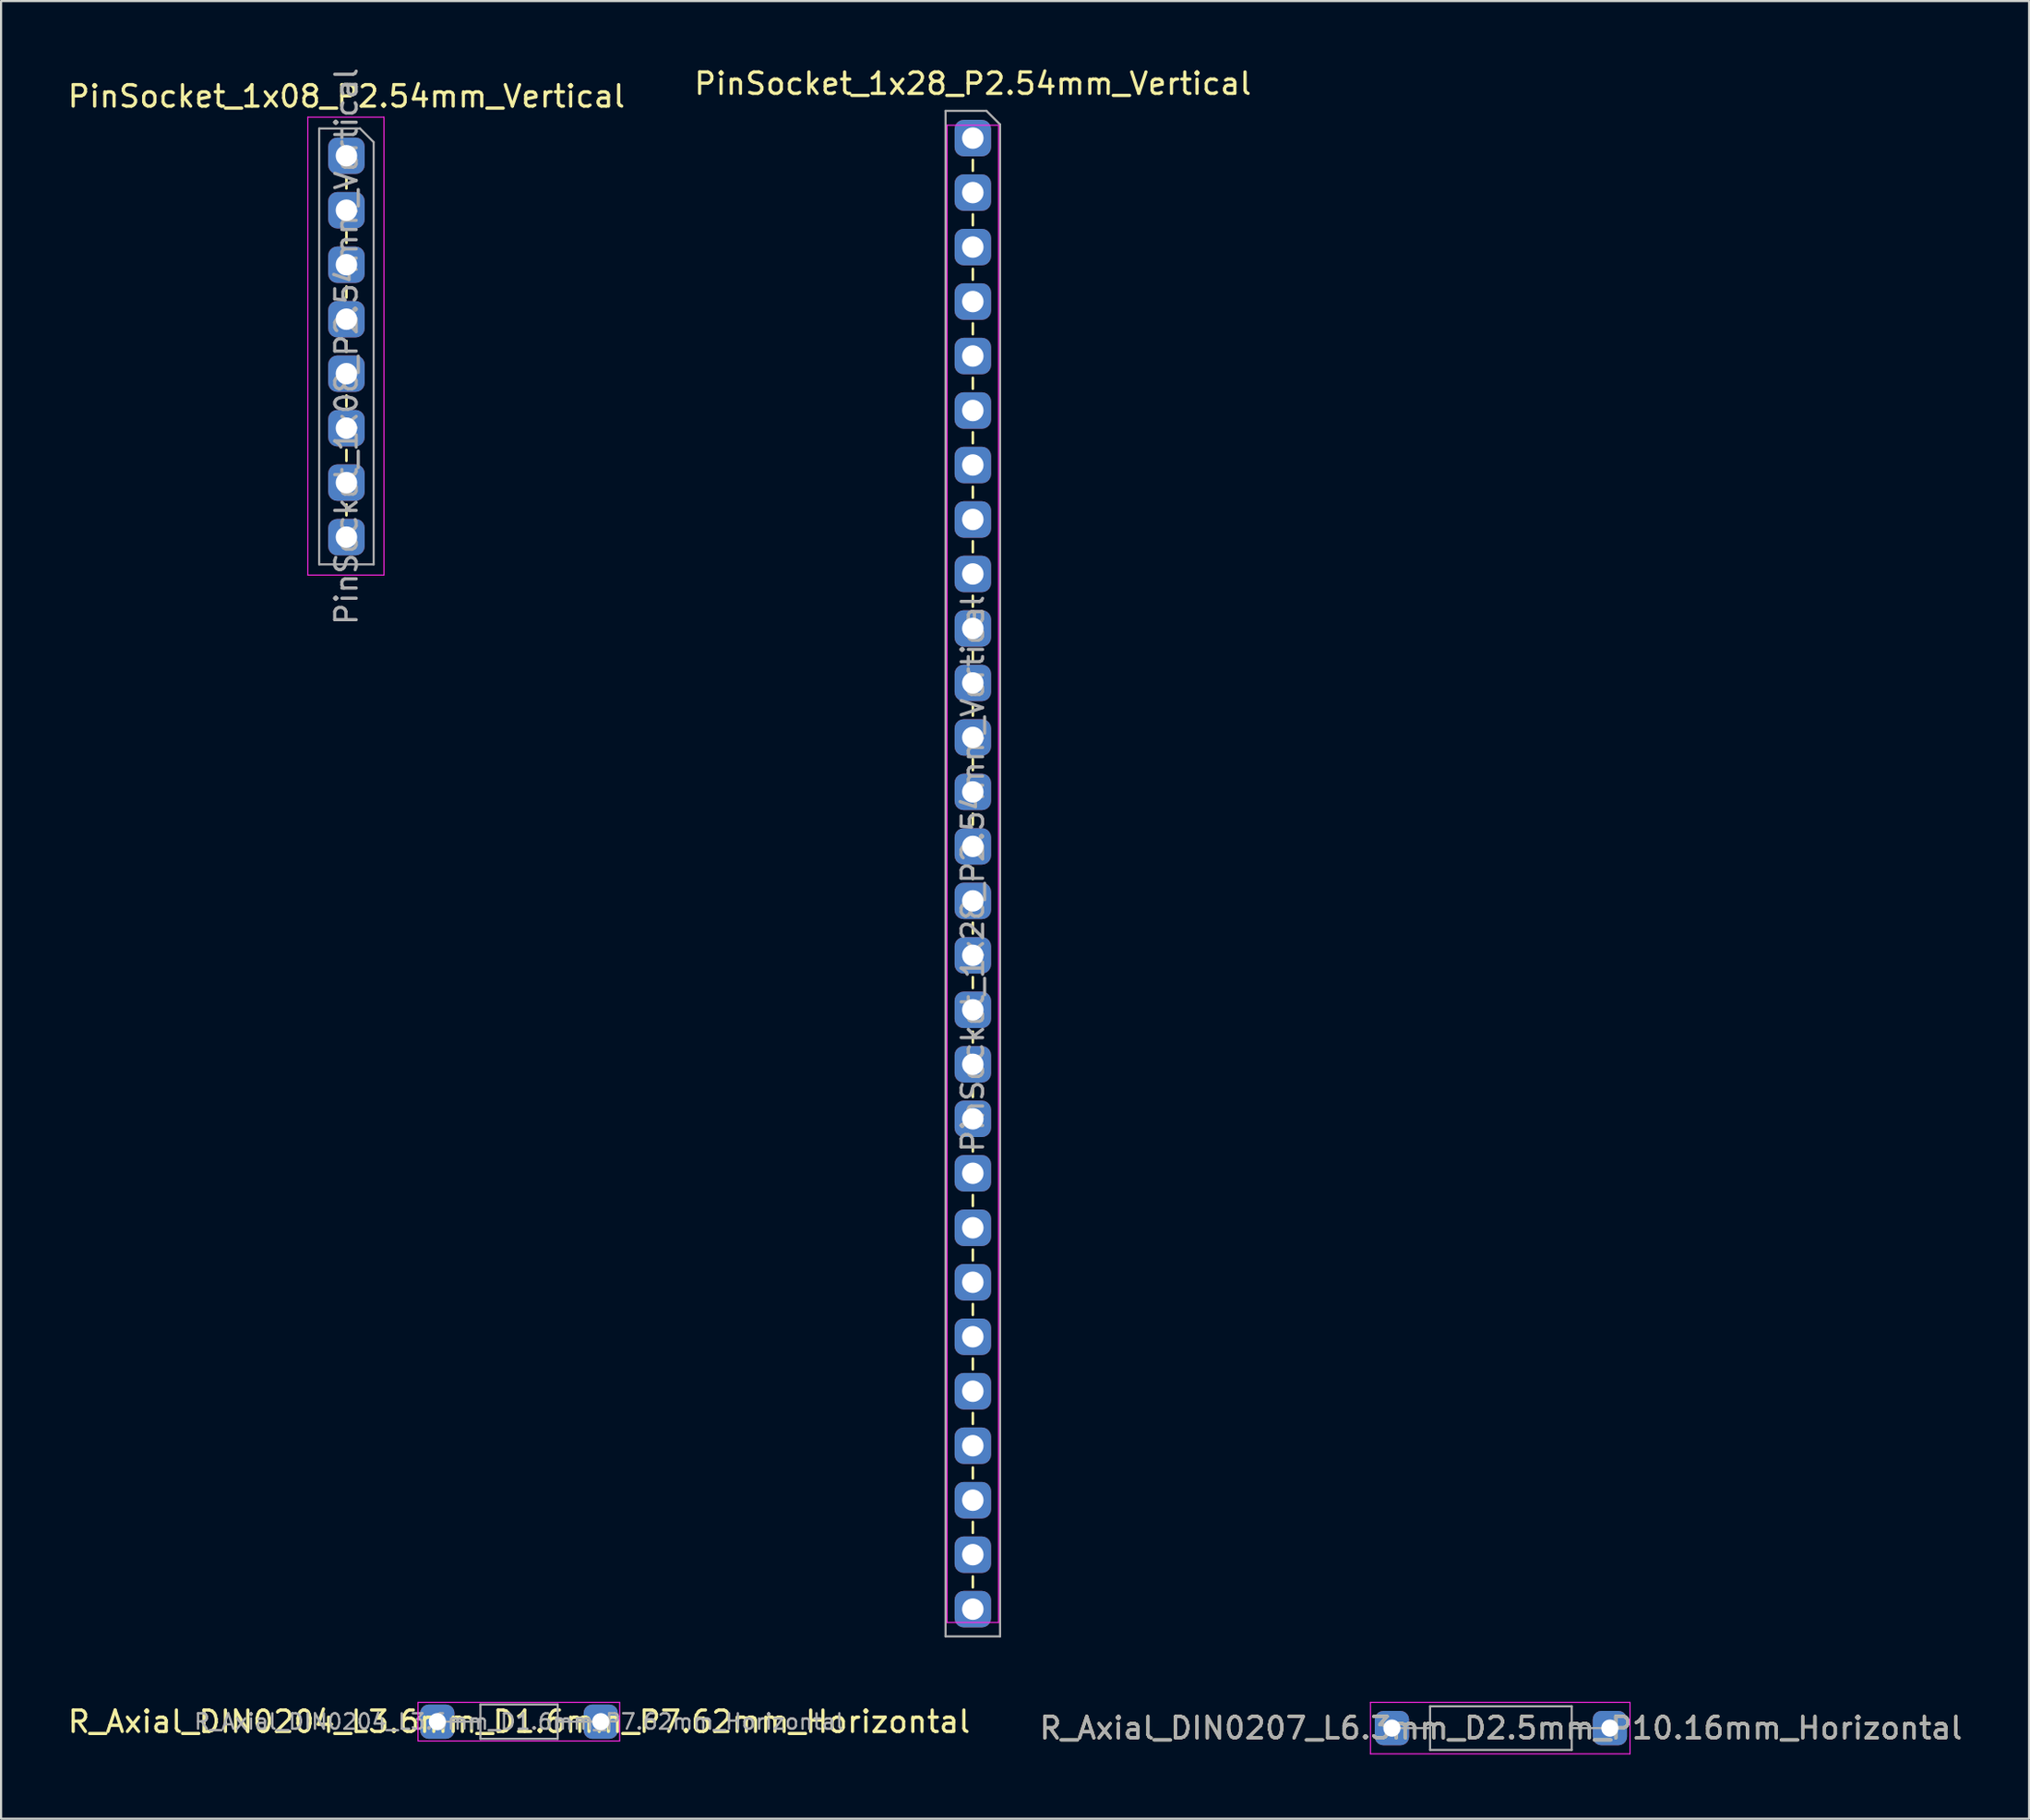
<source format=kicad_pcb>
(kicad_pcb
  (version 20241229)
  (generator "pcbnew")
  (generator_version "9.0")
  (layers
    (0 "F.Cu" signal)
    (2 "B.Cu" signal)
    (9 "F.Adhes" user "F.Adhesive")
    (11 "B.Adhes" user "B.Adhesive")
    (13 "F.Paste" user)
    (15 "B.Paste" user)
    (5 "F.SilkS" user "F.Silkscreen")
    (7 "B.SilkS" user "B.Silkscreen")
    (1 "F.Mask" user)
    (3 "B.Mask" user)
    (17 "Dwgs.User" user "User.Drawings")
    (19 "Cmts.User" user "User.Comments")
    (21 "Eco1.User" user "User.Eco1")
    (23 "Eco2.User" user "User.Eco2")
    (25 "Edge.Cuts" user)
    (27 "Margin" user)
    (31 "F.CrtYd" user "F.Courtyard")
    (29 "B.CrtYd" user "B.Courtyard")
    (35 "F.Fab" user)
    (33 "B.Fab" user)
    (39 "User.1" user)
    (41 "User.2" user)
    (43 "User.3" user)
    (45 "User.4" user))
  (footprint "R_Axial_DIN0207_L6.3mm_D2.5mm_P10.16mm_Horizontal"
    (layer "F.Cu")
    (at 61.843 77.513)
    (property "Reference" "R_Axial_DIN0207_L6.3mm_D2.5mm_P10.16mm_Horizontal" (at 5.08 0 0) (layer "F.SilkS") (effects (font (size 1 1) (thickness 0.15))))
    (attr through_hole)
    (fp_line (start -1 -1.2) (end -1 1.2) (stroke (width 0.05) (type solid)) (layer "F.CrtYd"))
    (fp_line (start -1 1.2) (end 11.1 1.2) (stroke (width 0.05) (type solid)) (layer "F.CrtYd"))
    (fp_line (start 11.1 -1.2) (end -1 -1.2) (stroke (width 0.05) (type solid)) (layer "F.CrtYd"))
    (fp_line (start 11.1 1.2) (end 11.1 -1.2) (stroke (width 0.05) (type solid)) (layer "F.CrtYd"))
    (fp_line (start 0 0) (end 1.778 0) (stroke (width 0.1) (type solid)) (layer "F.Fab"))
    (fp_line (start 1.778 -1.016) (end 1.778 1.016) (stroke (width 0.1) (type solid)) (layer "F.Fab"))
    (fp_line (start 1.778 1.016) (end 8.382 1.016) (stroke (width 0.1) (type solid)) (layer "F.Fab"))
    (fp_line (start 8.382 -1.016) (end 1.778 -1.016) (stroke (width 0.1) (type solid)) (layer "F.Fab"))
    (fp_line (start 8.382 1.016) (end 8.382 -1.016) (stroke (width 0.1) (type solid)) (layer "F.Fab"))
    (fp_line (start 10.16 0) (end 8.382 0) (stroke (width 0.1) (type solid)) (layer "F.Fab"))
    (fp_text user "${REFERENCE}" (at 5.08 0 180) (layer "F.Fab") (effects (font (size 1 1) (thickness 0.15))))
    (pad "1" thru_hole roundrect (at 0 0) (size 1.6 1.6) (drill 0.8) (layers "*.Cu" "*.Mask") (roundrect_rratio 0.25))
    (pad "2" thru_hole roundrect (at 10.16 0) (size 1.6 1.6) (drill 0.8) (layers "*.Cu" "*.Mask") (roundrect_rratio 0.25)))
  (footprint "PinSocket_1x28_P2.54mm_Vertical"
    (layer "F.Cu")
    (at 42.304 3.388)
    (property "Reference" "PinSocket_1x28_P2.54mm_Vertical" (at 0 -2.54 180) (layer "F.SilkS") (effects (font (size 1 1) (thickness 0.15))))
    (attr through_hole)
    (fp_line (start 0 1.016) (end 0 1.524) (stroke (width 0.12) (type solid)) (layer "F.SilkS"))
    (fp_line (start 0 3.556) (end 0 4.064) (stroke (width 0.12) (type solid)) (layer "F.SilkS"))
    (fp_line (start 0 6.096) (end 0 6.604) (stroke (width 0.12) (type solid)) (layer "F.SilkS"))
    (fp_line (start 0 8.636) (end 0 9.144) (stroke (width 0.12) (type solid)) (layer "F.SilkS"))
    (fp_line (start 0 11.176) (end 0 11.684) (stroke (width 0.12) (type solid)) (layer "F.SilkS"))
    (fp_line (start 0 13.716) (end 0 14.224) (stroke (width 0.12) (type solid)) (layer "F.SilkS"))
    (fp_line (start 0 16.256) (end 0 16.764) (stroke (width 0.12) (type solid)) (layer "F.SilkS"))
    (fp_line (start 0 18.796) (end 0 19.304) (stroke (width 0.12) (type solid)) (layer "F.SilkS"))
    (fp_line (start 0 21.336) (end 0 21.844) (stroke (width 0.12) (type solid)) (layer "F.SilkS"))
    (fp_line (start 0 23.876) (end 0 24.384) (stroke (width 0.12) (type solid)) (layer "F.SilkS"))
    (fp_line (start 0 26.416) (end 0 26.924) (stroke (width 0.12) (type solid)) (layer "F.SilkS"))
    (fp_line (start 0 28.956) (end 0 29.464) (stroke (width 0.12) (type solid)) (layer "F.SilkS"))
    (fp_line (start 0 31.496) (end 0 32.004) (stroke (width 0.12) (type solid)) (layer "F.SilkS"))
    (fp_line (start 0 34.036) (end 0 34.544) (stroke (width 0.12) (type solid)) (layer "F.SilkS"))
    (fp_line (start 0 36.576) (end 0 37.084) (stroke (width 0.12) (type solid)) (layer "F.SilkS"))
    (fp_line (start 0 39.116) (end 0 39.624) (stroke (width 0.12) (type solid)) (layer "F.SilkS"))
    (fp_line (start 0 41.656) (end 0 42.164) (stroke (width 0.12) (type solid)) (layer "F.SilkS"))
    (fp_line (start 0 44.196) (end 0 44.704) (stroke (width 0.12) (type solid)) (layer "F.SilkS"))
    (fp_line (start 0 46.736) (end 0 47.244) (stroke (width 0.12) (type solid)) (layer "F.SilkS"))
    (fp_line (start 0 49.276) (end 0 49.784) (stroke (width 0.12) (type solid)) (layer "F.SilkS"))
    (fp_line (start 0 51.816) (end 0 52.324) (stroke (width 0.12) (type solid)) (layer "F.SilkS"))
    (fp_line (start 0 54.356) (end 0 54.864) (stroke (width 0.12) (type solid)) (layer "F.SilkS"))
    (fp_line (start 0 56.896) (end 0 57.404) (stroke (width 0.12) (type solid)) (layer "F.SilkS"))
    (fp_line (start 0 59.436) (end 0 59.944) (stroke (width 0.12) (type solid)) (layer "F.SilkS"))
    (fp_line (start 0 61.976) (end 0 62.484) (stroke (width 0.12) (type solid)) (layer "F.SilkS"))
    (fp_line (start 0 64.516) (end 0 65.024) (stroke (width 0.12) (type solid)) (layer "F.SilkS"))
    (fp_line (start 0 67.056) (end 0 67.564) (stroke (width 0.12) (type solid)) (layer "F.SilkS"))
    (fp_line (start -1.2 -0.6) (end 1.2 -0.6) (stroke (width 0.05) (type solid)) (layer "F.CrtYd"))
    (fp_line (start -1.2 69.2) (end -1.2 -0.6) (stroke (width 0.05) (type solid)) (layer "F.CrtYd"))
    (fp_line (start 1.2 -0.6) (end 1.2 69.2) (stroke (width 0.05) (type solid)) (layer "F.CrtYd"))
    (fp_line (start 1.2 69.2) (end -1.2 69.2) (stroke (width 0.05) (type solid)) (layer "F.CrtYd"))
    (fp_line (start -1.27 -1.27) (end 0.635 -1.27) (stroke (width 0.1) (type solid)) (layer "F.Fab"))
    (fp_line (start -1.27 69.85) (end -1.27 -1.27) (stroke (width 0.1) (type solid)) (layer "F.Fab"))
    (fp_line (start 0.635 -1.27) (end 1.27 -0.635) (stroke (width 0.1) (type solid)) (layer "F.Fab"))
    (fp_line (start 1.27 -0.635) (end 1.27 69.85) (stroke (width 0.1) (type solid)) (layer "F.Fab"))
    (fp_line (start 1.27 69.85) (end -1.27 69.85) (stroke (width 0.1) (type solid)) (layer "F.Fab"))
    (fp_text user "${REFERENCE}" (at 0 34.29 270) (layer "F.Fab") (effects (font (size 1 1) (thickness 0.15))))
    (pad "1" thru_hole roundrect (at 0 0) (size 1.7 1.7) (drill 1) (layers "*.Cu" "*.Mask") (roundrect_rratio 0.25))
    (pad "2" thru_hole roundrect (at 0 2.54) (size 1.7 1.7) (drill 1) (layers "*.Cu" "*.Mask") (roundrect_rratio 0.25))
    (pad "3" thru_hole roundrect (at 0 5.08) (size 1.7 1.7) (drill 1) (layers "*.Cu" "*.Mask") (roundrect_rratio 0.25))
    (pad "4" thru_hole roundrect (at 0 7.62) (size 1.7 1.7) (drill 1) (layers "*.Cu" "*.Mask") (roundrect_rratio 0.25))
    (pad "5" thru_hole roundrect (at 0 10.16) (size 1.7 1.7) (drill 1) (layers "*.Cu" "*.Mask") (roundrect_rratio 0.25))
    (pad "6" thru_hole roundrect (at 0 12.7) (size 1.7 1.7) (drill 1) (layers "*.Cu" "*.Mask") (roundrect_rratio 0.25))
    (pad "7" thru_hole roundrect (at 0 15.24) (size 1.7 1.7) (drill 1) (layers "*.Cu" "*.Mask") (roundrect_rratio 0.25))
    (pad "8" thru_hole roundrect (at 0 17.78) (size 1.7 1.7) (drill 1) (layers "*.Cu" "*.Mask") (roundrect_rratio 0.25))
    (pad "9" thru_hole roundrect (at 0 20.32) (size 1.7 1.7) (drill 1) (layers "*.Cu" "*.Mask") (roundrect_rratio 0.25))
    (pad "10" thru_hole roundrect (at 0 22.86) (size 1.7 1.7) (drill 1) (layers "*.Cu" "*.Mask") (roundrect_rratio 0.25))
    (pad "11" thru_hole roundrect (at 0 25.4) (size 1.7 1.7) (drill 1) (layers "*.Cu" "*.Mask") (roundrect_rratio 0.25))
    (pad "12" thru_hole roundrect (at 0 27.94) (size 1.7 1.7) (drill 1) (layers "*.Cu" "*.Mask") (roundrect_rratio 0.25))
    (pad "13" thru_hole roundrect (at 0 30.48) (size 1.7 1.7) (drill 1) (layers "*.Cu" "*.Mask") (roundrect_rratio 0.25))
    (pad "14" thru_hole roundrect (at 0 33.02) (size 1.7 1.7) (drill 1) (layers "*.Cu" "*.Mask") (roundrect_rratio 0.25))
    (pad "15" thru_hole roundrect (at 0 35.56) (size 1.7 1.7) (drill 1) (layers "*.Cu" "*.Mask") (roundrect_rratio 0.25))
    (pad "16" thru_hole roundrect (at 0 38.1) (size 1.7 1.7) (drill 1) (layers "*.Cu" "*.Mask") (roundrect_rratio 0.25))
    (pad "17" thru_hole roundrect (at 0 40.64) (size 1.7 1.7) (drill 1) (layers "*.Cu" "*.Mask") (roundrect_rratio 0.25))
    (pad "18" thru_hole roundrect (at 0 43.18) (size 1.7 1.7) (drill 1) (layers "*.Cu" "*.Mask") (roundrect_rratio 0.25))
    (pad "19" thru_hole roundrect (at 0 45.72) (size 1.7 1.7) (drill 1) (layers "*.Cu" "*.Mask") (roundrect_rratio 0.25))
    (pad "20" thru_hole roundrect (at 0 48.26) (size 1.7 1.7) (drill 1) (layers "*.Cu" "*.Mask") (roundrect_rratio 0.25))
    (pad "21" thru_hole roundrect (at 0 50.8) (size 1.7 1.7) (drill 1) (layers "*.Cu" "*.Mask") (roundrect_rratio 0.25))
    (pad "22" thru_hole roundrect (at 0 53.34) (size 1.7 1.7) (drill 1) (layers "*.Cu" "*.Mask") (roundrect_rratio 0.25))
    (pad "23" thru_hole roundrect (at 0 55.88) (size 1.7 1.7) (drill 1) (layers "*.Cu" "*.Mask") (roundrect_rratio 0.25))
    (pad "24" thru_hole roundrect (at 0 58.42) (size 1.7 1.7) (drill 1) (layers "*.Cu" "*.Mask") (roundrect_rratio 0.25))
    (pad "25" thru_hole roundrect (at 0 60.96) (size 1.7 1.7) (drill 1) (layers "*.Cu" "*.Mask") (roundrect_rratio 0.25))
    (pad "26" thru_hole roundrect (at 0 63.5) (size 1.7 1.7) (drill 1) (layers "*.Cu" "*.Mask") (roundrect_rratio 0.25))
    (pad "27" thru_hole roundrect (at 0 66.04) (size 1.7 1.7) (drill 1) (layers "*.Cu" "*.Mask") (roundrect_rratio 0.25))
    (pad "28" thru_hole roundrect (at 0 68.58) (size 1.7 1.7) (drill 1) (layers "*.Cu" "*.Mask") (roundrect_rratio 0.25)))
  (footprint "PinSocket_1x08_P2.54mm_Vertical"
    (layer "F.Cu")
    (at 13.101 4.211)
    (property "Reference" "PinSocket_1x08_P2.54mm_Vertical" (at 0 -2.77 0) (layer "F.SilkS") (effects (font (size 1 1) (thickness 0.15))))
    (attr through_hole)
    (fp_line (start 0 1.016) (end 0 1.524) (stroke (width 0.12) (type solid)) (layer "F.SilkS"))
    (fp_line (start 0 3.556) (end 0 4.064) (stroke (width 0.12) (type solid)) (layer "F.SilkS"))
    (fp_line (start 0 6.096) (end 0 6.604) (stroke (width 0.12) (type solid)) (layer "F.SilkS"))
    (fp_line (start 0 8.636) (end 0 9.144) (stroke (width 0.12) (type solid)) (layer "F.SilkS"))
    (fp_line (start 0 11.176) (end 0 11.684) (stroke (width 0.12) (type solid)) (layer "F.SilkS"))
    (fp_line (start 0 13.716) (end 0 14.224) (stroke (width 0.12) (type solid)) (layer "F.SilkS"))
    (fp_line (start 0 16.256) (end 0 16.764) (stroke (width 0.12) (type solid)) (layer "F.SilkS"))
    (fp_line (start -1.8 -1.8) (end 1.75 -1.8) (stroke (width 0.05) (type solid)) (layer "F.CrtYd"))
    (fp_line (start -1.8 19.55) (end -1.8 -1.8) (stroke (width 0.05) (type solid)) (layer "F.CrtYd"))
    (fp_line (start 1.75 -1.8) (end 1.75 19.55) (stroke (width 0.05) (type solid)) (layer "F.CrtYd"))
    (fp_line (start 1.75 19.55) (end -1.8 19.55) (stroke (width 0.05) (type solid)) (layer "F.CrtYd"))
    (fp_line (start -1.27 -1.27) (end 0.635 -1.27) (stroke (width 0.1) (type solid)) (layer "F.Fab"))
    (fp_line (start -1.27 19.05) (end -1.27 -1.27) (stroke (width 0.1) (type solid)) (layer "F.Fab"))
    (fp_line (start 0.635 -1.27) (end 1.27 -0.635) (stroke (width 0.1) (type solid)) (layer "F.Fab"))
    (fp_line (start 1.27 -0.635) (end 1.27 19.05) (stroke (width 0.1) (type solid)) (layer "F.Fab"))
    (fp_line (start 1.27 19.05) (end -1.27 19.05) (stroke (width 0.1) (type solid)) (layer "F.Fab"))
    (fp_text user "${REFERENCE}" (at 0 8.89 90) (layer "F.Fab") (effects (font (size 1 1) (thickness 0.15))))
    (pad "1" thru_hole roundrect (at 0 0) (size 1.7 1.7) (drill 1) (layers "*.Cu" "*.Mask") (roundrect_rratio 0.25))
    (pad "2" thru_hole roundrect (at 0 2.54) (size 1.7 1.7) (drill 1) (layers "*.Cu" "*.Mask") (roundrect_rratio 0.25))
    (pad "3" thru_hole roundrect (at 0 5.08) (size 1.7 1.7) (drill 1) (layers "*.Cu" "*.Mask") (roundrect_rratio 0.25))
    (pad "4" thru_hole roundrect (at 0 7.62) (size 1.7 1.7) (drill 1) (layers "*.Cu" "*.Mask") (roundrect_rratio 0.25))
    (pad "5" thru_hole roundrect (at 0 10.16) (size 1.7 1.7) (drill 1) (layers "*.Cu" "*.Mask") (roundrect_rratio 0.25))
    (pad "6" thru_hole roundrect (at 0 12.7) (size 1.7 1.7) (drill 1) (layers "*.Cu" "*.Mask") (roundrect_rratio 0.25))
    (pad "7" thru_hole roundrect (at 0 15.24) (size 1.7 1.7) (drill 1) (layers "*.Cu" "*.Mask") (roundrect_rratio 0.25))
    (pad "8" thru_hole roundrect (at 0 17.78) (size 1.7 1.7) (drill 1) (layers "*.Cu" "*.Mask") (roundrect_rratio 0.25)))
  (footprint "R_Axial_DIN0204_L3.6mm_D1.6mm_P7.62mm_Horizontal"
    (layer "F.Cu")
    (at 17.339 77.213)
    (property "Reference" "R_Axial_DIN0204_L3.6mm_D1.6mm_P7.62mm_Horizontal" (at 3.81 0 0) (layer "F.SilkS") (effects (font (size 1 1) (thickness 0.15))))
    (attr through_hole)
    (fp_line (start -0.9 -0.9) (end -0.9 0.9) (stroke (width 0.05) (type solid)) (layer "F.CrtYd"))
    (fp_line (start -0.9 0.9) (end 8.5 0.9) (stroke (width 0.05) (type solid)) (layer "F.CrtYd"))
    (fp_line (start 8.5 -0.9) (end -0.9 -0.9) (stroke (width 0.05) (type solid)) (layer "F.CrtYd"))
    (fp_line (start 8.5 0.9) (end 8.5 -0.9) (stroke (width 0.05) (type solid)) (layer "F.CrtYd"))
    (fp_line (start 0 0) (end 2.01 0) (stroke (width 0.1) (type solid)) (layer "F.Fab"))
    (fp_line (start 2.01 -0.8) (end 2.01 0.8) (stroke (width 0.1) (type solid)) (layer "F.Fab"))
    (fp_line (start 2.01 0.8) (end 5.61 0.8) (stroke (width 0.1) (type solid)) (layer "F.Fab"))
    (fp_line (start 5.61 -0.8) (end 2.01 -0.8) (stroke (width 0.1) (type solid)) (layer "F.Fab"))
    (fp_line (start 5.61 0.8) (end 5.61 -0.8) (stroke (width 0.1) (type solid)) (layer "F.Fab"))
    (fp_line (start 7.62 0) (end 5.61 0) (stroke (width 0.1) (type solid)) (layer "F.Fab"))
    (fp_text user "${REFERENCE}" (at 3.81 0 0) (layer "F.Fab") (effects (font (size 0.72 0.72) (thickness 0.108))))
    (pad "1" thru_hole roundrect (at 0 0) (size 1.6 1.6) (drill 0.8) (layers "*.Cu" "*.Mask") (roundrect_rratio 0.25))
    (pad "2" thru_hole roundrect (at 7.62 0) (size 1.6 1.6) (drill 0.8) (layers "*.Cu" "*.Mask") (roundrect_rratio 0.25)))
  (gr_rect
    (start -3 -3)
    (end 91.548 81.738)
    (stroke (width 0.1) (type default))
    (fill no)
    (layer "Edge.Cuts")))
</source>
